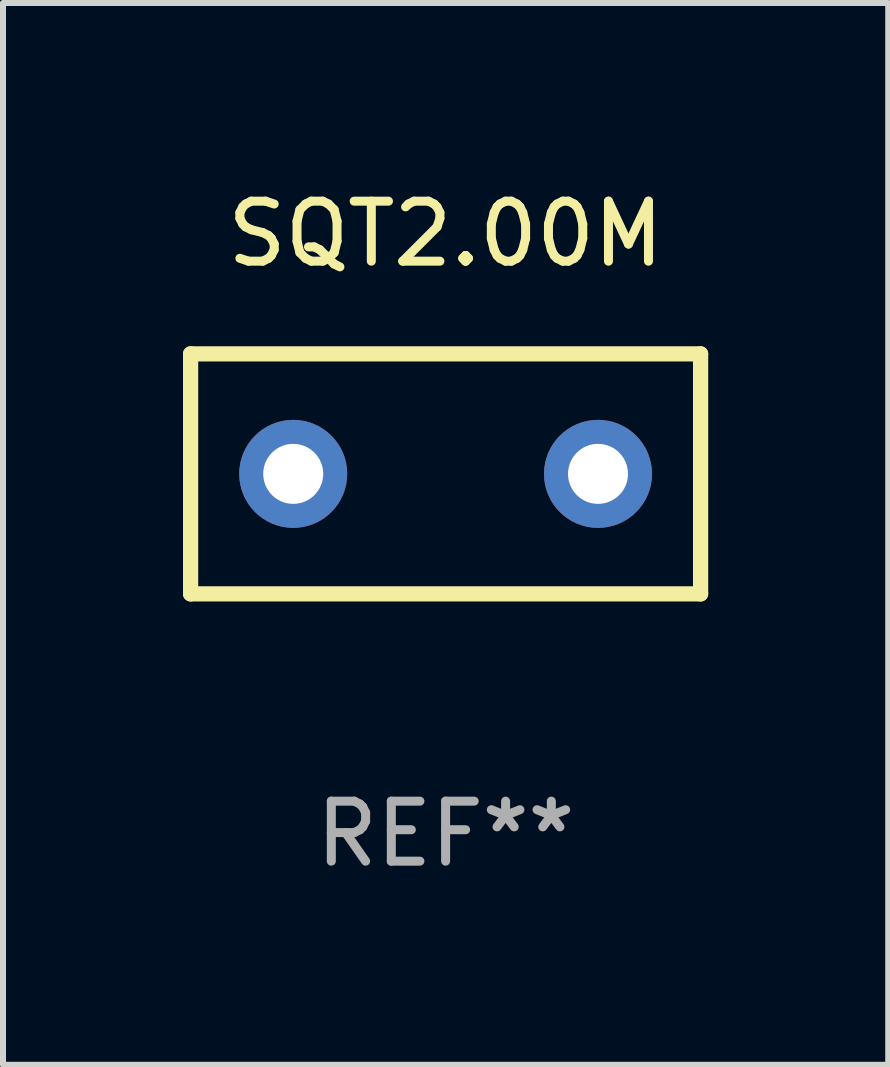
<source format=kicad_pcb>
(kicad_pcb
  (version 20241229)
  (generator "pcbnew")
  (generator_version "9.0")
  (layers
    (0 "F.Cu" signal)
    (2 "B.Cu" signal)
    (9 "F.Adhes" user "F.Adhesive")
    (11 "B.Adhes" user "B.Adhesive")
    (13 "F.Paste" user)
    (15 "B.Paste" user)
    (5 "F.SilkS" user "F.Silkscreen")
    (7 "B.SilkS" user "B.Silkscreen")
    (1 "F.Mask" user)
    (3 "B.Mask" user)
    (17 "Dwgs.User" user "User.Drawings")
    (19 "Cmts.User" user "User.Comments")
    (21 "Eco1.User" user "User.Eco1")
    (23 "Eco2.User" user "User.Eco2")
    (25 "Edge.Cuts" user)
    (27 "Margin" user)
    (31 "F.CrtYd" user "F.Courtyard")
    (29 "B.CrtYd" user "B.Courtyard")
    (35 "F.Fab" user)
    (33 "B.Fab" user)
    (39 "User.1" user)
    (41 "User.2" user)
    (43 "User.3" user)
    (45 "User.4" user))
  (footprint "SQT2.00M"
    (layer "F.Cu")
    (at 4.377 4.848)
    (property "Reference" "SQT2.00M" (at 0 -4 0) (layer "F.SilkS") (effects (font (size 1 1) (thickness 0.15))))
    (attr through_hole)
    (fp_line (start -4.25 2) (end -4.25 -2) (stroke (width 0.254) (type solid)) (layer "F.SilkS"))
    (fp_line (start -4.25 -2) (end 4.25 -2) (stroke (width 0.254) (type solid)) (layer "F.SilkS"))
    (fp_line (start 4.25 2) (end -4.25 2) (stroke (width 0.254) (type solid)) (layer "F.SilkS"))
    (fp_line (start 4.25 -2) (end 4.25 2) (stroke (width 0.254) (type solid)) (layer "F.SilkS"))
    (fp_circle (center -4.25 2) (end -4.22 2) (stroke (width 0.06) (type solid)) (fill no) (layer "F.SilkS"))
    (fp_text user "REF**" (at 0 6 0) (layer "F.Fab") (effects (font (size 1 1) (thickness 0.15))))
    (pad "1" thru_hole circle (at -2.54 0) (size 1.8 1.8) (drill 1) (layers "*.Cu" "*.Mask"))
    (pad "2" thru_hole circle (at 2.54 0) (size 1.8 1.8) (drill 1) (layers "*.Cu" "*.Mask")))
  (gr_rect
    (start -3 -3)
    (end 11.754 14.697)
    (stroke (width 0.1) (type default))
    (fill no)
    (layer "Edge.Cuts")))
</source>
